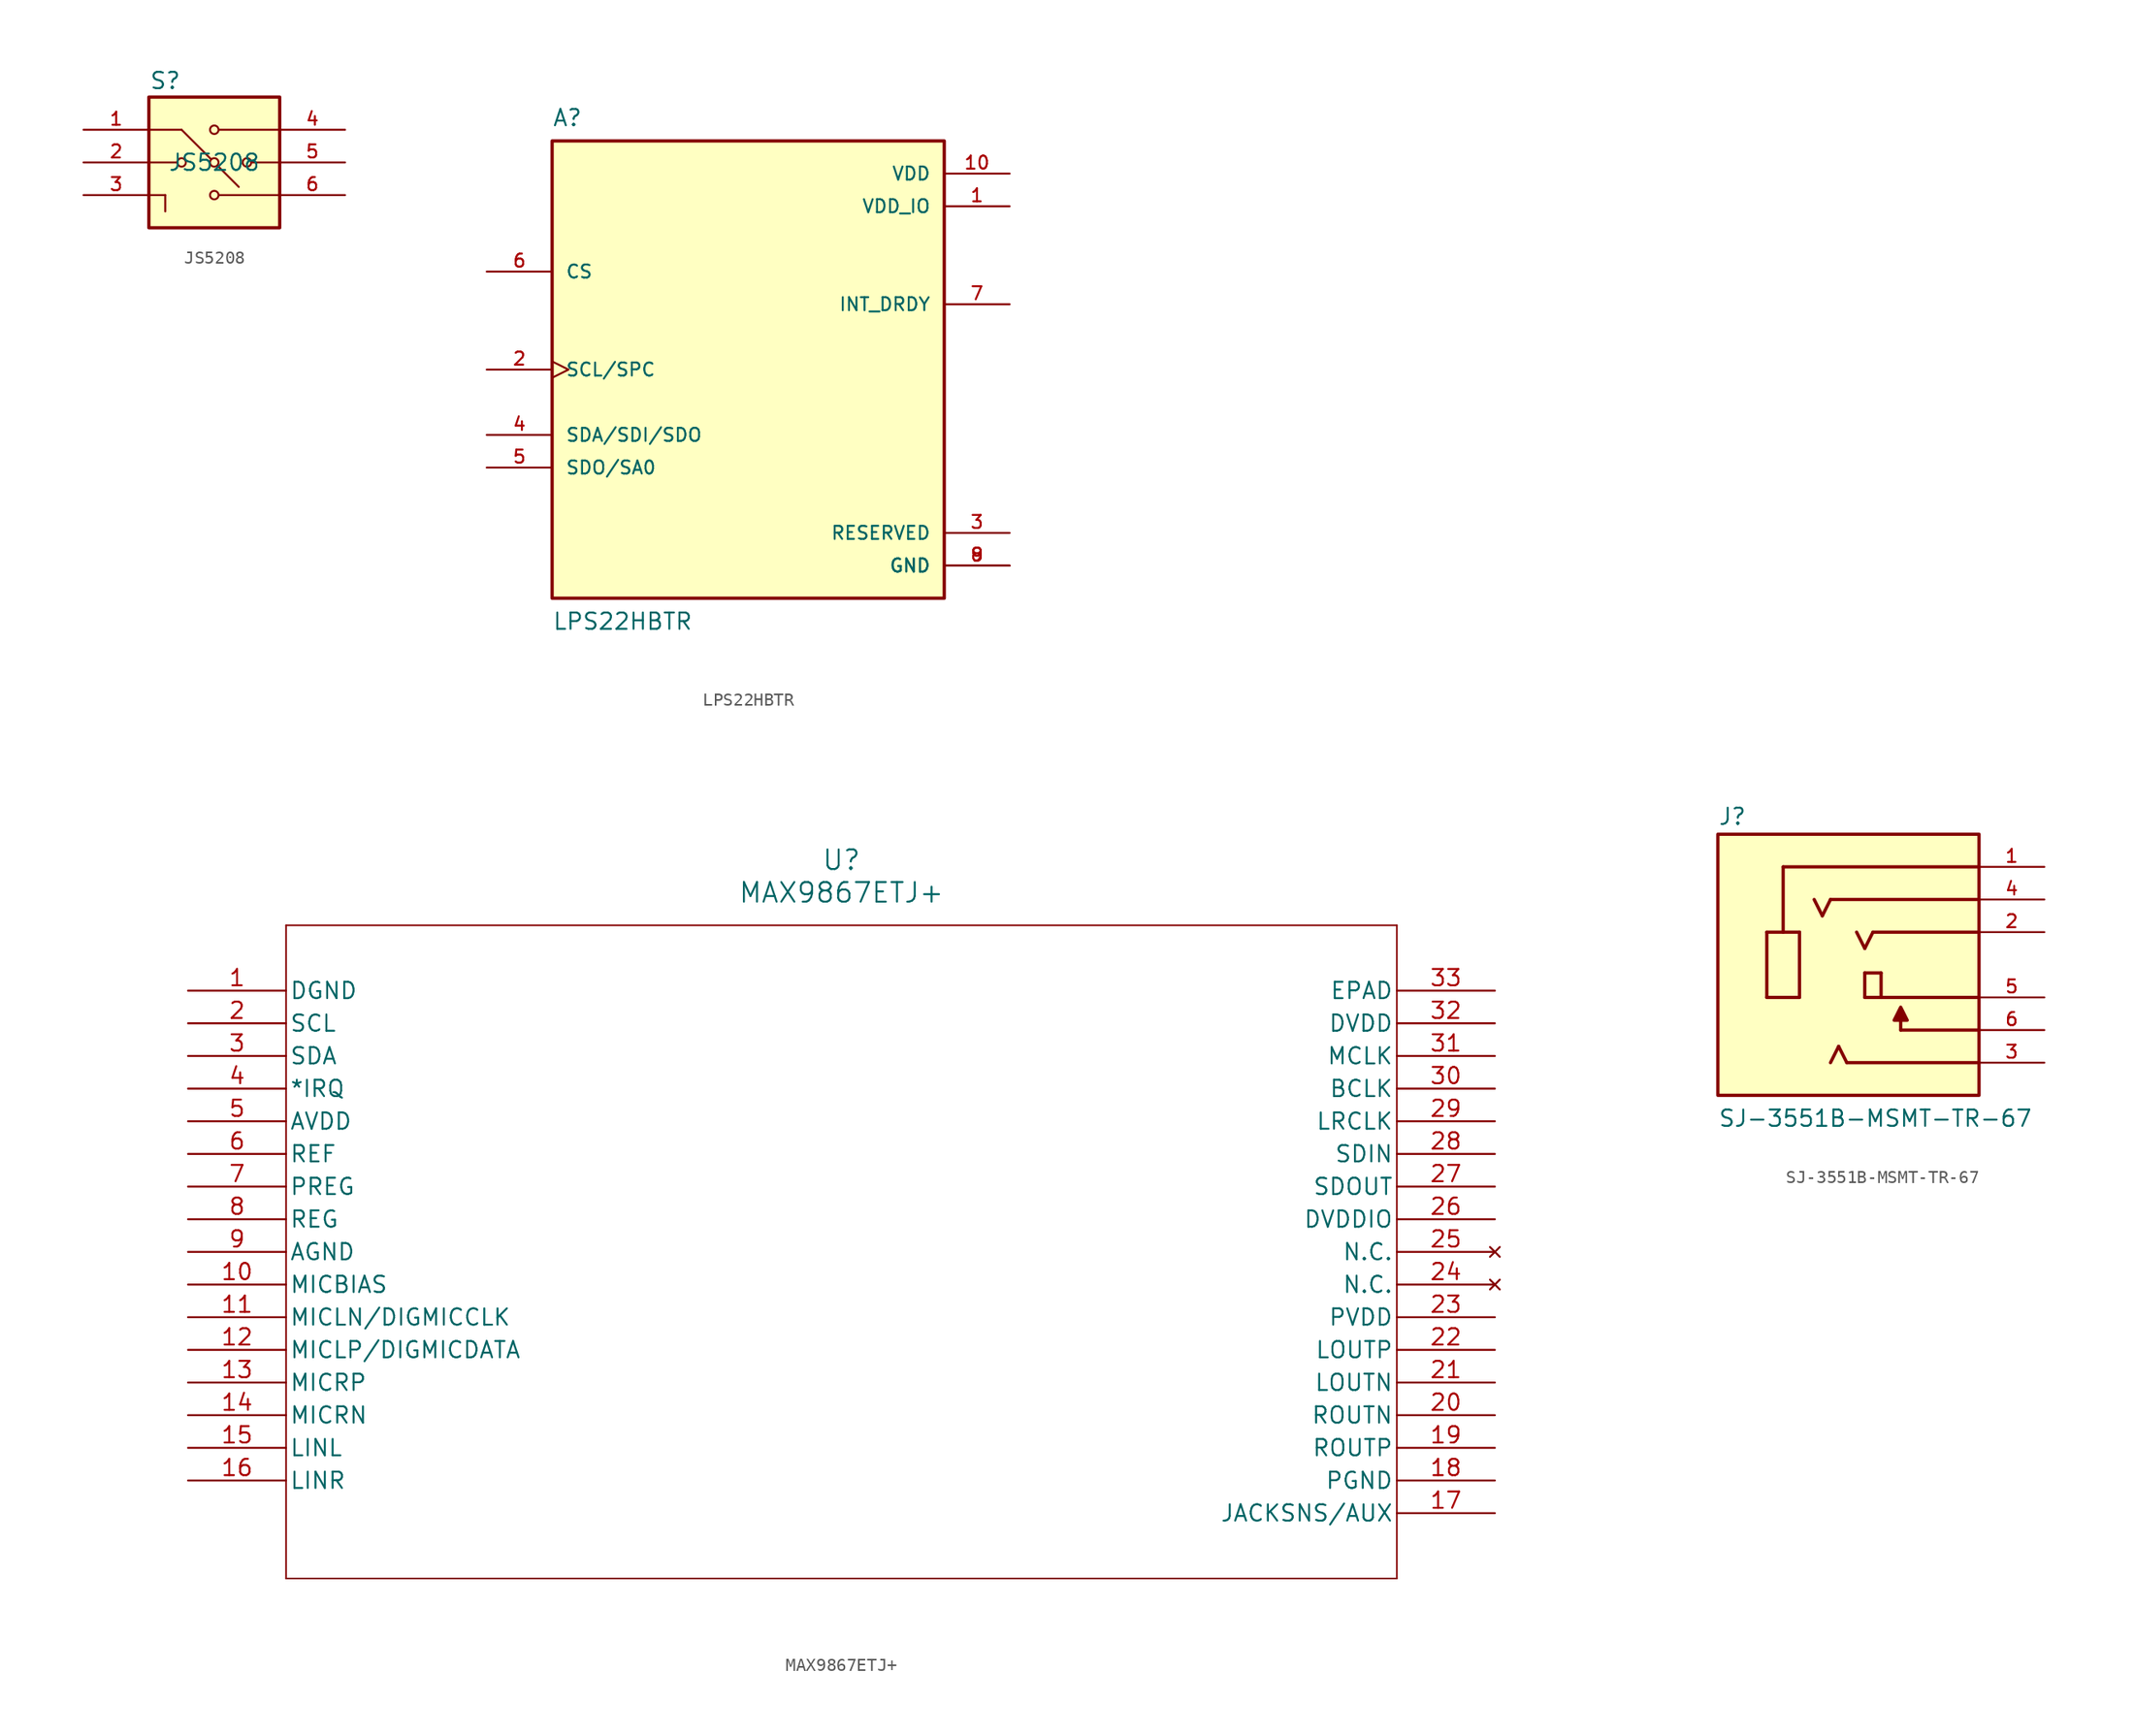
<source format=kicad_sym>
(kicad_symbol_lib
  (version 20220914)
  (generator kicad_symbol_editor)
  (symbol "JS5208"
    (property "Reference" "S"
      (at -3.81 6.35 0)
      (effects (font (size 1.27 1.27))))
    (property "Value" "JS5208"
      (at 0 0 0)
      (effects (font (size 1.27 1.27))))
    (symbol "JS5208_0_0"
      (rectangle (start -5.08 -5.08) (end 5.08 5.08) (stroke (width 0.254) (type default)) (fill (type background)))
      (circle (center -2.54 0) (radius 0.33) (stroke (width 0.152) (type default)) (fill (type none)))
      (circle (center 0 -2.54) (radius 0.33) (stroke (width 0.152) (type default)) (fill (type none)))
      (polyline (pts (xy -5.08 -2.54) (xy -3.81 -2.54)) (stroke (width 0.152) (type default)) (fill (type none)))
      (polyline (pts (xy -5.08 0) (xy -2.921 0)) (stroke (width 0.152) (type default)) (fill (type none)))
      (polyline (pts (xy -5.08 2.54) (xy -2.54 2.54)) (stroke (width 0.152) (type default)) (fill (type none)))
      (polyline (pts (xy -3.81 -2.54) (xy -3.81 -3.81)) (stroke (width 0.152) (type default)) (fill (type none)))
      (polyline (pts (xy -2.54 2.54) (xy -0.254 0.254)) (stroke (width 0.152) (type default)) (fill (type none)))
      (polyline (pts (xy 0.254 -0.254) (xy 1.905 -1.905)) (stroke (width 0.152) (type default)) (fill (type none)))
      (polyline (pts (xy 0.381 -2.54) (xy 5.08 -2.54)) (stroke (width 0.152) (type default)) (fill (type none)))
      (polyline (pts (xy 0.381 2.54) (xy 5.08 2.54)) (stroke (width 0.152) (type default)) (fill (type none)))
      (polyline (pts (xy 2.921 0) (xy 5.08 0)) (stroke (width 0.152) (type default)) (fill (type none)))
      (circle (center 0 0) (radius 0.33) (stroke (width 0.152) (type default)) (fill (type none)))
      (circle (center 0 2.54) (radius 0.33) (stroke (width 0.152) (type default)) (fill (type none)))
      (circle (center 2.54 0) (radius 0.33) (stroke (width 0.152) (type default)) (fill (type none)))
      (pin passive line (at -10.16 2.54 0) (length 5.08) (name "~" (effects (font (size 1.016 1.016)))) (number "1" (effects (font (size 1.016 1.016)))))
      (pin passive line (at -10.16 0 0) (length 5.08) (name "~" (effects (font (size 1.016 1.016)))) (number "2" (effects (font (size 1.016 1.016)))))
      (pin passive line (at -10.16 -2.54 0) (length 5.08) (name "~" (effects (font (size 1.016 1.016)))) (number "3" (effects (font (size 1.016 1.016)))))
      (pin passive line (at 10.16 2.54 180) (length 5.08) (name "~" (effects (font (size 1.016 1.016)))) (number "4" (effects (font (size 1.016 1.016)))))
      (pin passive line (at 10.16 0 180) (length 5.08) (name "~" (effects (font (size 1.016 1.016)))) (number "5" (effects (font (size 1.016 1.016)))))
      (pin passive line (at 10.16 -2.54 180) (length 5.08) (name "~" (effects (font (size 1.016 1.016)))) (number "6" (effects (font (size 1.016 1.016)))))))
  (symbol "LPS22HBTR"
    (pin_names
      (offset 1.016))
    (property "Reference" "A"
      (at -15.24 20.32 0)
      (effects (font (size 1.27 1.27)) (justify left top)))
    (property "Value" "LPS22HBTR"
      (at -15.24 -20.32 0)
      (effects (font (size 1.27 1.27)) (justify left bottom)))
    (symbol "LPS22HBTR_0_0"
      (rectangle (start -15.24 17.78) (end 15.24 -17.78) (stroke (width 0.254) (type default)) (fill (type background)))
      (pin power_in line (at 20.32 12.7 180) (length 5.08) (name "VDD_IO" (effects (font (size 1.016 1.016)))) (number "1" (effects (font (size 1.016 1.016)))))
      (pin power_in line (at 20.32 15.24 180) (length 5.08) (name "VDD" (effects (font (size 1.016 1.016)))) (number "10" (effects (font (size 1.016 1.016)))))
      (pin input clock (at -20.32 0 0) (length 5.08) (name "SCL/SPC" (effects (font (size 1.016 1.016)))) (number "2" (effects (font (size 1.016 1.016)))))
      (pin passive line (at 20.32 -12.7 180) (length 5.08) (name "RESERVED" (effects (font (size 1.016 1.016)))) (number "3" (effects (font (size 1.016 1.016)))))
      (pin bidirectional line (at -20.32 -5.08 0) (length 5.08) (name "SDA/SDI/SDO" (effects (font (size 1.016 1.016)))) (number "4" (effects (font (size 1.016 1.016)))))
      (pin bidirectional line (at -20.32 -7.62 0) (length 5.08) (name "SDO/SA0" (effects (font (size 1.016 1.016)))) (number "5" (effects (font (size 1.016 1.016)))))
      (pin input line (at -20.32 7.62 0) (length 5.08) (name "CS" (effects (font (size 1.016 1.016)))) (number "6" (effects (font (size 1.016 1.016)))))
      (pin output line (at 20.32 5.08 180) (length 5.08) (name "INT_DRDY" (effects (font (size 1.016 1.016)))) (number "7" (effects (font (size 1.016 1.016)))))
      (pin power_in line (at 20.32 -15.24 180) (length 5.08) (name "GND" (effects (font (size 1.016 1.016)))) (number "8" (effects (font (size 1.016 1.016)))))
      (pin power_in line (at 20.32 -15.24 180) (length 5.08) (name "GND" (effects (font (size 1.016 1.016)))) (number "9" (effects (font (size 1.016 1.016)))))))
  (symbol "MAX9867ETJ+"
    (pin_names
      (offset 0.254))
    (property "Reference" "U"
      (at 50.8 10.16 0)
      (effects (font (size 1.524 1.524))))
    (property "Value" "MAX9867ETJ+"
      (at 50.8 7.62 0)
      (effects (font (size 1.524 1.524))))
    (symbol "MAX9867ETJ+_0_1"
      (polyline (pts (xy 7.62 -45.72) (xy 93.98 -45.72)) (stroke (width 0.127) (type default)) (fill (type none)))
      (polyline (pts (xy 7.62 5.08) (xy 7.62 -45.72)) (stroke (width 0.127) (type default)) (fill (type none)))
      (polyline (pts (xy 93.98 -45.72) (xy 93.98 5.08)) (stroke (width 0.127) (type default)) (fill (type none)))
      (polyline (pts (xy 93.98 5.08) (xy 7.62 5.08)) (stroke (width 0.127) (type default)) (fill (type none)))
      (pin power_in line (at 0 0 0) (length 7.62) (name "DGND" (effects (font (size 1.27 1.27)))) (number "1" (effects (font (size 1.27 1.27)))))
      (pin unspecified line (at 0 -22.86 0) (length 7.62) (name "MICBIAS" (effects (font (size 1.27 1.27)))) (number "10" (effects (font (size 1.27 1.27)))))
      (pin unspecified line (at 0 -25.4 0) (length 7.62) (name "MICLN/DIGMICCLK" (effects (font (size 1.27 1.27)))) (number "11" (effects (font (size 1.27 1.27)))))
      (pin unspecified line (at 0 -27.94 0) (length 7.62) (name "MICLP/DIGMICDATA" (effects (font (size 1.27 1.27)))) (number "12" (effects (font (size 1.27 1.27)))))
      (pin input line (at 0 -30.48 0) (length 7.62) (name "MICRP" (effects (font (size 1.27 1.27)))) (number "13" (effects (font (size 1.27 1.27)))))
      (pin input line (at 0 -33.02 0) (length 7.62) (name "MICRN" (effects (font (size 1.27 1.27)))) (number "14" (effects (font (size 1.27 1.27)))))
      (pin input line (at 0 -35.56 0) (length 7.62) (name "LINL" (effects (font (size 1.27 1.27)))) (number "15" (effects (font (size 1.27 1.27)))))
      (pin input line (at 0 -38.1 0) (length 7.62) (name "LINR" (effects (font (size 1.27 1.27)))) (number "16" (effects (font (size 1.27 1.27)))))
      (pin input line (at 101.6 -40.64 180) (length 7.62) (name "JACKSNS/AUX" (effects (font (size 1.27 1.27)))) (number "17" (effects (font (size 1.27 1.27)))))
      (pin power_in line (at 101.6 -38.1 180) (length 7.62) (name "PGND" (effects (font (size 1.27 1.27)))) (number "18" (effects (font (size 1.27 1.27)))))
      (pin output line (at 101.6 -35.56 180) (length 7.62) (name "ROUTP" (effects (font (size 1.27 1.27)))) (number "19" (effects (font (size 1.27 1.27)))))
      (pin input line (at 0 -2.54 0) (length 7.62) (name "SCL" (effects (font (size 1.27 1.27)))) (number "2" (effects (font (size 1.27 1.27)))))
      (pin output line (at 101.6 -33.02 180) (length 7.62) (name "ROUTN" (effects (font (size 1.27 1.27)))) (number "20" (effects (font (size 1.27 1.27)))))
      (pin output line (at 101.6 -30.48 180) (length 7.62) (name "LOUTN" (effects (font (size 1.27 1.27)))) (number "21" (effects (font (size 1.27 1.27)))))
      (pin output line (at 101.6 -27.94 180) (length 7.62) (name "LOUTP" (effects (font (size 1.27 1.27)))) (number "22" (effects (font (size 1.27 1.27)))))
      (pin power_in line (at 101.6 -25.4 180) (length 7.62) (name "PVDD" (effects (font (size 1.27 1.27)))) (number "23" (effects (font (size 1.27 1.27)))))
      (pin no_connect line (at 101.6 -22.86 180) (length 7.62) (name "N.C." (effects (font (size 1.27 1.27)))) (number "24" (effects (font (size 1.27 1.27)))))
      (pin no_connect line (at 101.6 -20.32 180) (length 7.62) (name "N.C." (effects (font (size 1.27 1.27)))) (number "25" (effects (font (size 1.27 1.27)))))
      (pin power_in line (at 101.6 -17.78 180) (length 7.62) (name "DVDDIO" (effects (font (size 1.27 1.27)))) (number "26" (effects (font (size 1.27 1.27)))))
      (pin output line (at 101.6 -15.24 180) (length 7.62) (name "SDOUT" (effects (font (size 1.27 1.27)))) (number "27" (effects (font (size 1.27 1.27)))))
      (pin input line (at 101.6 -12.7 180) (length 7.62) (name "SDIN" (effects (font (size 1.27 1.27)))) (number "28" (effects (font (size 1.27 1.27)))))
      (pin bidirectional line (at 101.6 -10.16 180) (length 7.62) (name "LRCLK" (effects (font (size 1.27 1.27)))) (number "29" (effects (font (size 1.27 1.27)))))
      (pin bidirectional line (at 0 -5.08 0) (length 7.62) (name "SDA" (effects (font (size 1.27 1.27)))) (number "3" (effects (font (size 1.27 1.27)))))
      (pin bidirectional line (at 101.6 -7.62 180) (length 7.62) (name "BCLK" (effects (font (size 1.27 1.27)))) (number "30" (effects (font (size 1.27 1.27)))))
      (pin input line (at 101.6 -5.08 180) (length 7.62) (name "MCLK" (effects (font (size 1.27 1.27)))) (number "31" (effects (font (size 1.27 1.27)))))
      (pin power_in line (at 101.6 -2.54 180) (length 7.62) (name "DVDD" (effects (font (size 1.27 1.27)))) (number "32" (effects (font (size 1.27 1.27)))))
      (pin unspecified line (at 101.6 0 180) (length 7.62) (name "EPAD" (effects (font (size 1.27 1.27)))) (number "33" (effects (font (size 1.27 1.27)))))
      (pin output line (at 0 -7.62 0) (length 7.62) (name "*IRQ" (effects (font (size 1.27 1.27)))) (number "4" (effects (font (size 1.27 1.27)))))
      (pin power_in line (at 0 -10.16 0) (length 7.62) (name "AVDD" (effects (font (size 1.27 1.27)))) (number "5" (effects (font (size 1.27 1.27)))))
      (pin unspecified line (at 0 -12.7 0) (length 7.62) (name "REF" (effects (font (size 1.27 1.27)))) (number "6" (effects (font (size 1.27 1.27)))))
      (pin unspecified line (at 0 -15.24 0) (length 7.62) (name "PREG" (effects (font (size 1.27 1.27)))) (number "7" (effects (font (size 1.27 1.27)))))
      (pin unspecified line (at 0 -17.78 0) (length 7.62) (name "REG" (effects (font (size 1.27 1.27)))) (number "8" (effects (font (size 1.27 1.27)))))
      (pin power_in line (at 0 -20.32 0) (length 7.62) (name "AGND" (effects (font (size 1.27 1.27)))) (number "9" (effects (font (size 1.27 1.27)))))))
  (symbol "SJ-3551B-MSMT-TR-67"
    (pin_names
      (offset 1.016))
    (property "Reference" "J"
      (at -10.16 10.795 0)
      (effects (font (size 1.27 1.27)) (justify left bottom)))
    (property "Value" "SJ-3551B-MSMT-TR-67"
      (at -10.16 -12.7 0)
      (effects (font (size 1.27 1.27)) (justify left bottom)))
    (symbol "SJ-3551B-MSMT-TR-67_0_0"
      (rectangle (start -10.16 -10.16) (end 10.16 10.16) (stroke (width 0.254) (type default)) (fill (type background)))
      (polyline (pts (xy -6.35 -2.54) (xy -3.81 -2.54)) (stroke (width 0.254) (type default)) (fill (type none)))
      (polyline (pts (xy -6.35 2.54) (xy -6.35 -2.54)) (stroke (width 0.254) (type default)) (fill (type none)))
      (polyline (pts (xy -5.08 2.54) (xy -6.35 2.54)) (stroke (width 0.254) (type default)) (fill (type none)))
      (polyline (pts (xy -5.08 2.54) (xy -5.08 7.62)) (stroke (width 0.254) (type default)) (fill (type none)))
      (polyline (pts (xy -5.08 7.62) (xy 10.16 7.62)) (stroke (width 0.254) (type default)) (fill (type none)))
      (polyline (pts (xy -3.81 -2.54) (xy -3.81 2.54)) (stroke (width 0.254) (type default)) (fill (type none)))
      (polyline (pts (xy -3.81 2.54) (xy -5.08 2.54)) (stroke (width 0.254) (type default)) (fill (type none)))
      (polyline (pts (xy -2.667 5.08) (xy -2.032 3.81)) (stroke (width 0.254) (type default)) (fill (type none)))
      (polyline (pts (xy -2.032 3.81) (xy -1.397 5.08)) (stroke (width 0.254) (type default)) (fill (type none)))
      (polyline (pts (xy -1.397 -7.62) (xy -0.762 -6.35)) (stroke (width 0.254) (type default)) (fill (type none)))
      (polyline (pts (xy -1.397 5.08) (xy 10.16 5.08)) (stroke (width 0.254) (type default)) (fill (type none)))
      (polyline (pts (xy -0.762 -6.35) (xy -0.127 -7.62)) (stroke (width 0.254) (type default)) (fill (type none)))
      (polyline (pts (xy -0.127 -7.62) (xy 10.16 -7.62)) (stroke (width 0.254) (type default)) (fill (type none)))
      (polyline (pts (xy 0.635 2.54) (xy 1.27 1.27)) (stroke (width 0.254) (type default)) (fill (type none)))
      (polyline (pts (xy 1.27 -2.54) (xy 1.27 -0.635)) (stroke (width 0.254) (type default)) (fill (type none)))
      (polyline (pts (xy 1.27 -0.635) (xy 2.54 -0.635)) (stroke (width 0.254) (type default)) (fill (type none)))
      (polyline (pts (xy 1.27 1.27) (xy 1.905 2.54)) (stroke (width 0.254) (type default)) (fill (type none)))
      (polyline (pts (xy 1.905 2.54) (xy 10.16 2.54)) (stroke (width 0.254) (type default)) (fill (type none)))
      (polyline (pts (xy 2.54 -2.54) (xy 1.27 -2.54)) (stroke (width 0.254) (type default)) (fill (type none)))
      (polyline (pts (xy 2.54 -0.635) (xy 2.54 -2.54)) (stroke (width 0.254) (type default)) (fill (type none)))
      (polyline (pts (xy 4.064 -5.08) (xy 4.064 -3.556)) (stroke (width 0.254) (type default)) (fill (type none)))
      (polyline (pts (xy 4.064 -5.08) (xy 10.16 -5.08)) (stroke (width 0.254) (type default)) (fill (type none)))
      (polyline (pts (xy 10.16 -2.54) (xy 2.54 -2.54)) (stroke (width 0.254) (type default)) (fill (type none)))
      (polyline (pts (xy 4.064 -3.302) (xy 3.556 -4.318) (xy 4.572 -4.318) (xy 4.064 -3.302)) (stroke (width 0.254) (type default)) (fill (type outline)))
      (pin passive line (at 15.24 7.62 180) (length 5.08) (name "~" (effects (font (size 1.016 1.016)))) (number "1" (effects (font (size 1.016 1.016)))))
      (pin passive line (at 15.24 2.54 180) (length 5.08) (name "~" (effects (font (size 1.016 1.016)))) (number "2" (effects (font (size 1.016 1.016)))))
      (pin passive line (at 15.24 -7.62 180) (length 5.08) (name "~" (effects (font (size 1.016 1.016)))) (number "3" (effects (font (size 1.016 1.016)))))
      (pin passive line (at 15.24 5.08 180) (length 5.08) (name "~" (effects (font (size 1.016 1.016)))) (number "4" (effects (font (size 1.016 1.016)))))
      (pin passive line (at 15.24 -2.54 180) (length 5.08) (name "~" (effects (font (size 1.016 1.016)))) (number "5" (effects (font (size 1.016 1.016)))))
      (pin passive line (at 15.24 -5.08 180) (length 5.08) (name "~" (effects (font (size 1.016 1.016)))) (number "6" (effects (font (size 1.016 1.016))))))))
</source>
